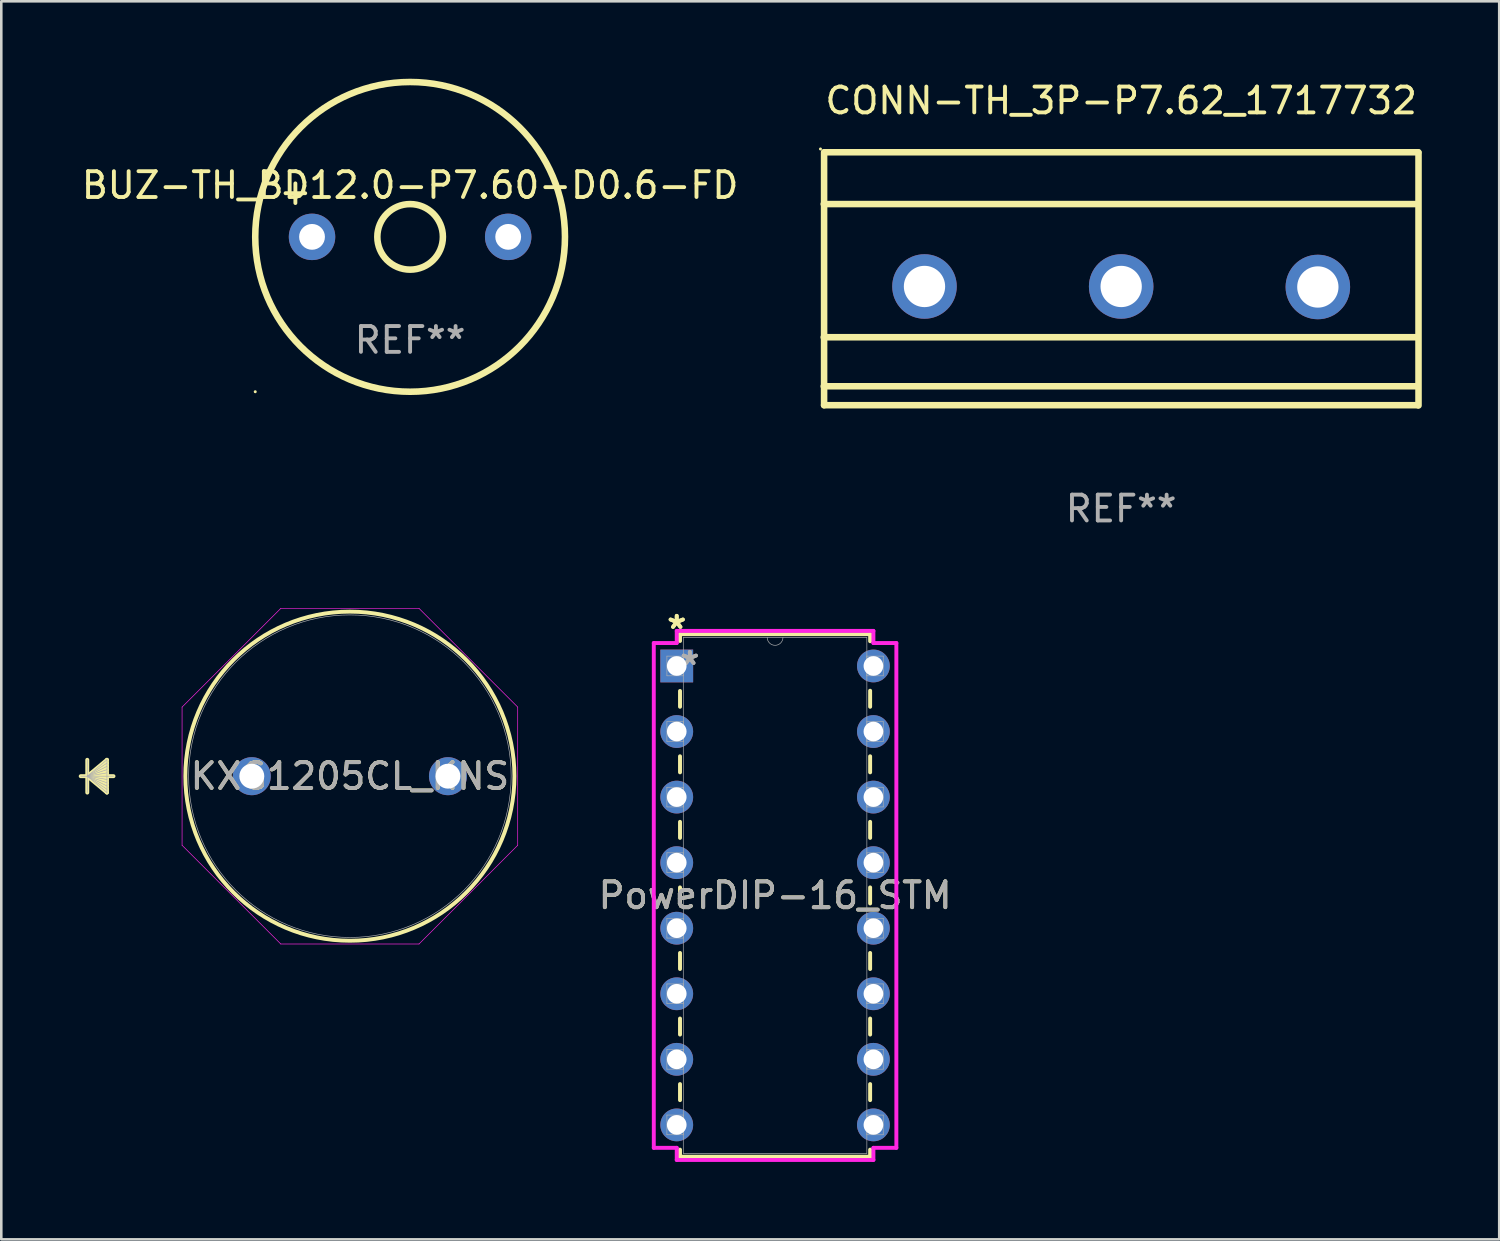
<source format=kicad_pcb>
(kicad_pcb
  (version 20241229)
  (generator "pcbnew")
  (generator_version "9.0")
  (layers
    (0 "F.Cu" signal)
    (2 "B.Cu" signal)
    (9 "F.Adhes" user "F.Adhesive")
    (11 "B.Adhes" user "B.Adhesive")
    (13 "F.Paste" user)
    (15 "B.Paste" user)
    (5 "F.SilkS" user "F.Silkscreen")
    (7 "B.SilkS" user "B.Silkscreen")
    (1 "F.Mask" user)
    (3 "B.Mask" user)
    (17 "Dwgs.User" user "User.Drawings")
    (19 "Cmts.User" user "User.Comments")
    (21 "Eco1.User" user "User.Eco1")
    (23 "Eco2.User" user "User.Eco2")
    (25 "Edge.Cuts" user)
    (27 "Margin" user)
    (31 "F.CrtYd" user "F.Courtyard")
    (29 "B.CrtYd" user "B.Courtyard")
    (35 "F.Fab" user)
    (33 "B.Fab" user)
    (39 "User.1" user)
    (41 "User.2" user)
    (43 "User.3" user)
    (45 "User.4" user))
  (footprint "KXG1205CL_KNS"
    (layer "F.Cu")
    (at 6.706 27.022)
    (property "Reference" "KXG1205CL_KNS" (at 3.8 0 0) (unlocked yes) (layer "F.SilkS") (effects (font (size 1 1) (thickness 0.15))))
    (attr through_hole)
    (fp_line (start -6.375 -0.635) (end -6.375 0.635) (stroke (width 0.152) (type solid)) (layer "F.SilkS"))
    (fp_line (start -6.375 0) (end -5.613 -0.635) (stroke (width 0.152) (type solid)) (layer "F.SilkS"))
    (fp_line (start -6.375 0) (end -5.613 -0.508) (stroke (width 0.152) (type solid)) (layer "F.SilkS"))
    (fp_line (start -6.375 0) (end -5.613 -0.381) (stroke (width 0.152) (type solid)) (layer "F.SilkS"))
    (fp_line (start -6.375 0) (end -5.613 -0.254) (stroke (width 0.152) (type solid)) (layer "F.SilkS"))
    (fp_line (start -6.375 0) (end -5.613 -0.127) (stroke (width 0.152) (type solid)) (layer "F.SilkS"))
    (fp_line (start -6.375 0) (end -5.613 0.127) (stroke (width 0.152) (type solid)) (layer "F.SilkS"))
    (fp_line (start -6.375 0) (end -5.613 0.254) (stroke (width 0.152) (type solid)) (layer "F.SilkS"))
    (fp_line (start -6.375 0) (end -5.613 0.381) (stroke (width 0.152) (type solid)) (layer "F.SilkS"))
    (fp_line (start -6.375 0) (end -5.613 0.508) (stroke (width 0.152) (type solid)) (layer "F.SilkS"))
    (fp_line (start -6.375 0) (end -5.613 0.635) (stroke (width 0.152) (type solid)) (layer "F.SilkS"))
    (fp_line (start -5.613 -0.635) (end -5.613 0.635) (stroke (width 0.152) (type solid)) (layer "F.SilkS"))
    (fp_line (start -5.359 0) (end -6.629 0) (stroke (width 0.152) (type solid)) (layer "F.SilkS"))
    (fp_circle (center 3.8 0) (end 10.175 0) (stroke (width 0.152) (type solid)) (fill no) (layer "F.SilkS"))
    (fp_line (start -2.702 -2.677) (end 1.123 -6.502) (stroke (width 0.025) (type solid)) (layer "F.CrtYd"))
    (fp_line (start -2.702 2.677) (end -2.702 -2.677) (stroke (width 0.025) (type solid)) (layer "F.CrtYd"))
    (fp_line (start 1.123 -6.502) (end 6.477 -6.502) (stroke (width 0.025) (type solid)) (layer "F.CrtYd"))
    (fp_line (start 1.123 6.502) (end -2.702 2.677) (stroke (width 0.025) (type solid)) (layer "F.CrtYd"))
    (fp_line (start 6.477 -6.502) (end 10.302 -2.677) (stroke (width 0.025) (type solid)) (layer "F.CrtYd"))
    (fp_line (start 6.477 6.502) (end 1.123 6.502) (stroke (width 0.025) (type solid)) (layer "F.CrtYd"))
    (fp_line (start 10.302 -2.677) (end 10.302 2.677) (stroke (width 0.025) (type solid)) (layer "F.CrtYd"))
    (fp_line (start 10.302 2.677) (end 6.477 6.502) (stroke (width 0.025) (type solid)) (layer "F.CrtYd"))
    (fp_line (start -6.375 -0.635) (end -6.375 0.635) (stroke (width 0.025) (type solid)) (layer "F.Fab"))
    (fp_line (start -6.375 0) (end -5.613 -0.635) (stroke (width 0.025) (type solid)) (layer "F.Fab"))
    (fp_line (start -6.375 0) (end -5.613 -0.508) (stroke (width 0.025) (type solid)) (layer "F.Fab"))
    (fp_line (start -6.375 0) (end -5.613 -0.381) (stroke (width 0.025) (type solid)) (layer "F.Fab"))
    (fp_line (start -6.375 0) (end -5.613 -0.254) (stroke (width 0.025) (type solid)) (layer "F.Fab"))
    (fp_line (start -6.375 0) (end -5.613 -0.127) (stroke (width 0.025) (type solid)) (layer "F.Fab"))
    (fp_line (start -6.375 0) (end -5.613 0.127) (stroke (width 0.025) (type solid)) (layer "F.Fab"))
    (fp_line (start -6.375 0) (end -5.613 0.254) (stroke (width 0.025) (type solid)) (layer "F.Fab"))
    (fp_line (start -6.375 0) (end -5.613 0.381) (stroke (width 0.025) (type solid)) (layer "F.Fab"))
    (fp_line (start -6.375 0) (end -5.613 0.508) (stroke (width 0.025) (type solid)) (layer "F.Fab"))
    (fp_line (start -6.375 0) (end -5.613 0.635) (stroke (width 0.025) (type solid)) (layer "F.Fab"))
    (fp_line (start -5.613 -0.635) (end -5.613 0.635) (stroke (width 0.025) (type solid)) (layer "F.Fab"))
    (fp_line (start -5.359 0) (end -6.629 0) (stroke (width 0.025) (type solid)) (layer "F.Fab"))
    (fp_circle (center 3.8 0) (end 10.048 0) (stroke (width 0.025) (type solid)) (fill no) (layer "F.Fab"))
    (fp_text user "${REFERENCE}" (at 3.8 0 0) (unlocked yes) (layer "F.Fab") (effects (font (size 1 1) (thickness 0.15))))
    (pad "1" thru_hole circle (at 0 0) (size 1.473 1.473) (drill 0.965) (layers "*.Cu" "*.Mask"))
    (pad "2" thru_hole circle (at 7.6 0) (size 1.473 1.473) (drill 0.965) (layers "*.Cu" "*.Mask")))
  (footprint "CONN-TH_3P-P7.62_1717732"
    (layer "F.Cu")
    (at 40.388 8.059)
    (property "Reference" "CONN-TH_3P-P7.62_1717732" (at -0.001 -7.21 0) (layer "F.SilkS") (effects (font (size 1 1) (thickness 0.15))))
    (attr through_hole)
    (fp_line (start -11.523 -3.203) (end 11.477 -3.203) (stroke (width 0.254) (type solid)) (layer "F.SilkS"))
    (fp_line (start -11.523 1.957) (end 11.477 1.957) (stroke (width 0.254) (type solid)) (layer "F.SilkS"))
    (fp_line (start -11.523 3.857) (end 11.477 3.857) (stroke (width 0.254) (type solid)) (layer "F.SilkS"))
    (fp_line (start -11.51 -5.21) (end -11.51 4.59) (stroke (width 0.254) (type solid)) (layer "F.SilkS"))
    (fp_line (start -11.51 4.59) (end 11.49 4.59) (stroke (width 0.254) (type solid)) (layer "F.SilkS"))
    (fp_line (start -11.49 -5.21) (end 11.51 -5.21) (stroke (width 0.254) (type solid)) (layer "F.SilkS"))
    (fp_line (start 11.52 -5.2) (end 11.52 4.6) (stroke (width 0.254) (type solid)) (layer "F.SilkS"))
    (fp_circle (center -11.65 -5.337) (end -11.62 -5.337) (stroke (width 0.06) (type solid)) (fill no) (layer "F.SilkS"))
    (fp_text user "REF**" (at -0.001 8.6 0) (layer "F.Fab") (effects (font (size 1 1) (thickness 0.15))))
    (pad "1" thru_hole circle (at -7.62 -0.01) (size 2.5 2.5) (drill 1.6) (layers "*.Cu" "*.Mask"))
    (pad "2" thru_hole circle (at 0 -0.01) (size 2.5 2.5) (drill 1.6) (layers "*.Cu" "*.Mask"))
    (pad "3" thru_hole circle (at 7.62 0.01) (size 2.5 2.5) (drill 1.6) (layers "*.Cu" "*.Mask")))
  (footprint "BUZ-TH_BD12.0-P7.60-D0.6-FD"
    (layer "F.Cu")
    (at 12.839 6.127)
    (property "Reference" "BUZ-TH_BD12.0-P7.60-D0.6-FD" (at 0 -2 0) (layer "F.SilkS") (effects (font (size 1 1) (thickness 0.15))))
    (attr through_hole)
    (fp_circle (center -6 6) (end -5.97 6) (stroke (width 0.06) (type solid)) (fill no) (layer "F.SilkS"))
    (fp_circle (center -0.000127 0) (end 1.27 0) (stroke (width 0.254) (type solid)) (fill no) (layer "F.SilkS"))
    (fp_circle (center -0.000127 0) (end 6 0) (stroke (width 0.254) (type solid)) (fill no) (layer "F.SilkS"))
    (fp_text user "+" (at -4.445 -1.765 0) (layer "F.SilkS") (effects (font (size 1 1) (thickness 0.15))))
    (fp_text user "REF**" (at 0 4 0) (layer "F.Fab") (effects (font (size 1 1) (thickness 0.15))))
    (pad "1" thru_hole circle (at -3.8 0) (size 1.8 1.8) (drill 1) (layers "*.Cu" "*.Mask"))
    (pad "2" thru_hole circle (at 3.8 0) (size 1.8 1.8) (drill 1) (layers "*.Cu" "*.Mask")))
  (footprint "PowerDIP-16_STM"
    (layer "F.Cu")
    (at 23.169 22.752)
    (property "Reference" "PowerDIP-16_STM" (at 3.81 8.89 0) (unlocked yes) (layer "F.SilkS") (effects (font (size 1 1) (thickness 0.15))))
    (attr through_hole)
    (fp_line (start 0.127 -1.232) (end 0.127 -0.968) (stroke (width 0.152) (type solid)) (layer "F.SilkS"))
    (fp_line (start 0.127 0.968) (end 0.127 1.581) (stroke (width 0.152) (type solid)) (layer "F.SilkS"))
    (fp_line (start 0.127 3.499) (end 0.127 4.121) (stroke (width 0.152) (type solid)) (layer "F.SilkS"))
    (fp_line (start 0.127 6.039) (end 0.127 6.661) (stroke (width 0.152) (type solid)) (layer "F.SilkS"))
    (fp_line (start 0.127 8.579) (end 0.127 9.201) (stroke (width 0.152) (type solid)) (layer "F.SilkS"))
    (fp_line (start 0.127 11.119) (end 0.127 11.741) (stroke (width 0.152) (type solid)) (layer "F.SilkS"))
    (fp_line (start 0.127 13.659) (end 0.127 14.281) (stroke (width 0.152) (type solid)) (layer "F.SilkS"))
    (fp_line (start 0.127 16.199) (end 0.127 16.821) (stroke (width 0.152) (type solid)) (layer "F.SilkS"))
    (fp_line (start 0.127 18.739) (end 0.127 19.012) (stroke (width 0.152) (type solid)) (layer "F.SilkS"))
    (fp_line (start 0.127 19.012) (end 7.493 19.012) (stroke (width 0.152) (type solid)) (layer "F.SilkS"))
    (fp_line (start 7.493 -1.232) (end 0.127 -1.232) (stroke (width 0.152) (type solid)) (layer "F.SilkS"))
    (fp_line (start 7.493 -0.959) (end 7.493 -1.232) (stroke (width 0.152) (type solid)) (layer "F.SilkS"))
    (fp_line (start 7.493 1.581) (end 7.493 0.959) (stroke (width 0.152) (type solid)) (layer "F.SilkS"))
    (fp_line (start 7.493 4.121) (end 7.493 3.499) (stroke (width 0.152) (type solid)) (layer "F.SilkS"))
    (fp_line (start 7.493 6.661) (end 7.493 6.039) (stroke (width 0.152) (type solid)) (layer "F.SilkS"))
    (fp_line (start 7.493 9.201) (end 7.493 8.579) (stroke (width 0.152) (type solid)) (layer "F.SilkS"))
    (fp_line (start 7.493 11.741) (end 7.493 11.119) (stroke (width 0.152) (type solid)) (layer "F.SilkS"))
    (fp_line (start 7.493 14.281) (end 7.493 13.659) (stroke (width 0.152) (type solid)) (layer "F.SilkS"))
    (fp_line (start 7.493 16.821) (end 7.493 16.199) (stroke (width 0.152) (type solid)) (layer "F.SilkS"))
    (fp_line (start 7.493 19.012) (end 7.493 18.739) (stroke (width 0.152) (type solid)) (layer "F.SilkS"))
    (fp_line (start -0.889 -0.889) (end 0 -0.889) (stroke (width 0.152) (type solid)) (layer "F.CrtYd"))
    (fp_line (start -0.889 18.669) (end -0.889 -0.889) (stroke (width 0.152) (type solid)) (layer "F.CrtYd"))
    (fp_line (start 0 -1.359) (end 7.62 -1.359) (stroke (width 0.152) (type solid)) (layer "F.CrtYd"))
    (fp_line (start 0 -0.889) (end 0 -1.359) (stroke (width 0.152) (type solid)) (layer "F.CrtYd"))
    (fp_line (start 0 18.669) (end -0.889 18.669) (stroke (width 0.152) (type solid)) (layer "F.CrtYd"))
    (fp_line (start 0 19.139) (end 0 18.669) (stroke (width 0.152) (type solid)) (layer "F.CrtYd"))
    (fp_line (start 7.62 -1.359) (end 7.62 -0.889) (stroke (width 0.152) (type solid)) (layer "F.CrtYd"))
    (fp_line (start 7.62 18.669) (end 7.62 19.139) (stroke (width 0.152) (type solid)) (layer "F.CrtYd"))
    (fp_line (start 7.62 19.139) (end 0 19.139) (stroke (width 0.152) (type solid)) (layer "F.CrtYd"))
    (fp_line (start 8.509 -0.889) (end 7.62 -0.889) (stroke (width 0.152) (type solid)) (layer "F.CrtYd"))
    (fp_line (start 8.509 -0.889) (end 8.509 18.669) (stroke (width 0.152) (type solid)) (layer "F.CrtYd"))
    (fp_line (start 8.509 18.669) (end 7.62 18.669) (stroke (width 0.152) (type solid)) (layer "F.CrtYd"))
    (fp_line (start -0.381 -0.381) (end -0.381 0.381) (stroke (width 0.025) (type solid)) (layer "F.Fab"))
    (fp_line (start -0.381 0.381) (end 0.254 0.381) (stroke (width 0.025) (type solid)) (layer "F.Fab"))
    (fp_line (start -0.381 2.159) (end -0.381 2.921) (stroke (width 0.025) (type solid)) (layer "F.Fab"))
    (fp_line (start -0.381 2.921) (end 0.254 2.921) (stroke (width 0.025) (type solid)) (layer "F.Fab"))
    (fp_line (start -0.381 4.699) (end -0.381 5.461) (stroke (width 0.025) (type solid)) (layer "F.Fab"))
    (fp_line (start -0.381 5.461) (end 0.254 5.461) (stroke (width 0.025) (type solid)) (layer "F.Fab"))
    (fp_line (start -0.381 7.239) (end -0.381 8.001) (stroke (width 0.025) (type solid)) (layer "F.Fab"))
    (fp_line (start -0.381 8.001) (end 0.254 8.001) (stroke (width 0.025) (type solid)) (layer "F.Fab"))
    (fp_line (start -0.381 9.779) (end -0.381 10.541) (stroke (width 0.025) (type solid)) (layer "F.Fab"))
    (fp_line (start -0.381 10.541) (end 0.254 10.541) (stroke (width 0.025) (type solid)) (layer "F.Fab"))
    (fp_line (start -0.381 12.319) (end -0.381 13.081) (stroke (width 0.025) (type solid)) (layer "F.Fab"))
    (fp_line (start -0.381 13.081) (end 0.254 13.081) (stroke (width 0.025) (type solid)) (layer "F.Fab"))
    (fp_line (start -0.381 14.859) (end -0.381 15.621) (stroke (width 0.025) (type solid)) (layer "F.Fab"))
    (fp_line (start -0.381 15.621) (end 0.254 15.621) (stroke (width 0.025) (type solid)) (layer "F.Fab"))
    (fp_line (start -0.381 17.399) (end -0.381 18.161) (stroke (width 0.025) (type solid)) (layer "F.Fab"))
    (fp_line (start -0.381 18.161) (end 0.254 18.161) (stroke (width 0.025) (type solid)) (layer "F.Fab"))
    (fp_line (start 0.254 -1.105) (end 0.254 18.885) (stroke (width 0.025) (type solid)) (layer "F.Fab"))
    (fp_line (start 0.254 -0.381) (end -0.381 -0.381) (stroke (width 0.025) (type solid)) (layer "F.Fab"))
    (fp_line (start 0.254 0.381) (end 0.254 -0.381) (stroke (width 0.025) (type solid)) (layer "F.Fab"))
    (fp_line (start 0.254 2.159) (end -0.381 2.159) (stroke (width 0.025) (type solid)) (layer "F.Fab"))
    (fp_line (start 0.254 2.921) (end 0.254 2.159) (stroke (width 0.025) (type solid)) (layer "F.Fab"))
    (fp_line (start 0.254 4.699) (end -0.381 4.699) (stroke (width 0.025) (type solid)) (layer "F.Fab"))
    (fp_line (start 0.254 5.461) (end 0.254 4.699) (stroke (width 0.025) (type solid)) (layer "F.Fab"))
    (fp_line (start 0.254 7.239) (end -0.381 7.239) (stroke (width 0.025) (type solid)) (layer "F.Fab"))
    (fp_line (start 0.254 8.001) (end 0.254 7.239) (stroke (width 0.025) (type solid)) (layer "F.Fab"))
    (fp_line (start 0.254 9.779) (end -0.381 9.779) (stroke (width 0.025) (type solid)) (layer "F.Fab"))
    (fp_line (start 0.254 10.541) (end 0.254 9.779) (stroke (width 0.025) (type solid)) (layer "F.Fab"))
    (fp_line (start 0.254 12.319) (end -0.381 12.319) (stroke (width 0.025) (type solid)) (layer "F.Fab"))
    (fp_line (start 0.254 13.081) (end 0.254 12.319) (stroke (width 0.025) (type solid)) (layer "F.Fab"))
    (fp_line (start 0.254 14.859) (end -0.381 14.859) (stroke (width 0.025) (type solid)) (layer "F.Fab"))
    (fp_line (start 0.254 15.621) (end 0.254 14.859) (stroke (width 0.025) (type solid)) (layer "F.Fab"))
    (fp_line (start 0.254 17.399) (end -0.381 17.399) (stroke (width 0.025) (type solid)) (layer "F.Fab"))
    (fp_line (start 0.254 18.161) (end 0.254 17.399) (stroke (width 0.025) (type solid)) (layer "F.Fab"))
    (fp_line (start 0.254 18.885) (end 7.366 18.885) (stroke (width 0.025) (type solid)) (layer "F.Fab"))
    (fp_line (start 7.366 -1.105) (end 0.254 -1.105) (stroke (width 0.025) (type solid)) (layer "F.Fab"))
    (fp_line (start 7.366 -0.381) (end 7.366 0.381) (stroke (width 0.025) (type solid)) (layer "F.Fab"))
    (fp_line (start 7.366 0.381) (end 8.001 0.381) (stroke (width 0.025) (type solid)) (layer "F.Fab"))
    (fp_line (start 7.366 2.159) (end 7.366 2.921) (stroke (width 0.025) (type solid)) (layer "F.Fab"))
    (fp_line (start 7.366 2.921) (end 8.001 2.921) (stroke (width 0.025) (type solid)) (layer "F.Fab"))
    (fp_line (start 7.366 4.699) (end 7.366 5.461) (stroke (width 0.025) (type solid)) (layer "F.Fab"))
    (fp_line (start 7.366 5.461) (end 8.001 5.461) (stroke (width 0.025) (type solid)) (layer "F.Fab"))
    (fp_line (start 7.366 7.239) (end 7.366 8.001) (stroke (width 0.025) (type solid)) (layer "F.Fab"))
    (fp_line (start 7.366 8.001) (end 8.001 8.001) (stroke (width 0.025) (type solid)) (layer "F.Fab"))
    (fp_line (start 7.366 9.779) (end 7.366 10.541) (stroke (width 0.025) (type solid)) (layer "F.Fab"))
    (fp_line (start 7.366 10.541) (end 8.001 10.541) (stroke (width 0.025) (type solid)) (layer "F.Fab"))
    (fp_line (start 7.366 12.319) (end 7.366 13.081) (stroke (width 0.025) (type solid)) (layer "F.Fab"))
    (fp_line (start 7.366 13.081) (end 8.001 13.081) (stroke (width 0.025) (type solid)) (layer "F.Fab"))
    (fp_line (start 7.366 14.859) (end 7.366 15.621) (stroke (width 0.025) (type solid)) (layer "F.Fab"))
    (fp_line (start 7.366 15.621) (end 8.001 15.621) (stroke (width 0.025) (type solid)) (layer "F.Fab"))
    (fp_line (start 7.366 17.399) (end 7.366 18.161) (stroke (width 0.025) (type solid)) (layer "F.Fab"))
    (fp_line (start 7.366 18.161) (end 8.001 18.161) (stroke (width 0.025) (type solid)) (layer "F.Fab"))
    (fp_line (start 7.366 18.885) (end 7.366 -1.105) (stroke (width 0.025) (type solid)) (layer "F.Fab"))
    (fp_line (start 8.001 -0.381) (end 7.366 -0.381) (stroke (width 0.025) (type solid)) (layer "F.Fab"))
    (fp_line (start 8.001 0.381) (end 8.001 -0.381) (stroke (width 0.025) (type solid)) (layer "F.Fab"))
    (fp_line (start 8.001 2.159) (end 7.366 2.159) (stroke (width 0.025) (type solid)) (layer "F.Fab"))
    (fp_line (start 8.001 2.921) (end 8.001 2.159) (stroke (width 0.025) (type solid)) (layer "F.Fab"))
    (fp_line (start 8.001 4.699) (end 7.366 4.699) (stroke (width 0.025) (type solid)) (layer "F.Fab"))
    (fp_line (start 8.001 5.461) (end 8.001 4.699) (stroke (width 0.025) (type solid)) (layer "F.Fab"))
    (fp_line (start 8.001 7.239) (end 7.366 7.239) (stroke (width 0.025) (type solid)) (layer "F.Fab"))
    (fp_line (start 8.001 8.001) (end 8.001 7.239) (stroke (width 0.025) (type solid)) (layer "F.Fab"))
    (fp_line (start 8.001 9.779) (end 7.366 9.779) (stroke (width 0.025) (type solid)) (layer "F.Fab"))
    (fp_line (start 8.001 10.541) (end 8.001 9.779) (stroke (width 0.025) (type solid)) (layer "F.Fab"))
    (fp_line (start 8.001 12.319) (end 7.366 12.319) (stroke (width 0.025) (type solid)) (layer "F.Fab"))
    (fp_line (start 8.001 13.081) (end 8.001 12.319) (stroke (width 0.025) (type solid)) (layer "F.Fab"))
    (fp_line (start 8.001 14.859) (end 7.366 14.859) (stroke (width 0.025) (type solid)) (layer "F.Fab"))
    (fp_line (start 8.001 15.621) (end 8.001 14.859) (stroke (width 0.025) (type solid)) (layer "F.Fab"))
    (fp_line (start 8.001 17.399) (end 7.366 17.399) (stroke (width 0.025) (type solid)) (layer "F.Fab"))
    (fp_line (start 8.001 18.161) (end 8.001 17.399) (stroke (width 0.025) (type solid)) (layer "F.Fab"))
    (fp_arc (start 4.1148 -1.1049) (mid 3.81 -0.8001) (end 3.5052 -1.1049) (stroke (width 0.0254) (type solid)) (layer "F.Fab"))
    (fp_text user "*" (at 0 -1.397 0) (unlocked yes) (layer "F.SilkS") (effects (font (size 1 1) (thickness 0.15))))
    (fp_text user "*" (at 0 -1.397 0) (layer "F.SilkS") (effects (font (size 1 1) (thickness 0.15))))
    (fp_text user "*" (at 0.508 0 0) (unlocked yes) (layer "F.Fab") (effects (font (size 1 1) (thickness 0.15))))
    (fp_text user "${REFERENCE}" (at 3.81 8.89 0) (unlocked yes) (layer "F.Fab") (effects (font (size 1 1) (thickness 0.15))))
    (fp_text user "*" (at 0.508 0 0) (layer "F.Fab") (effects (font (size 1 1) (thickness 0.15))))
    (pad "1" thru_hole rect (at 0 0) (size 1.27 1.27) (drill 0.762) (layers "*.Cu" "*.Mask"))
    (pad "2" thru_hole circle (at 0 2.54) (size 1.27 1.27) (drill 0.762) (layers "*.Cu" "*.Mask"))
    (pad "3" thru_hole circle (at 0 5.08) (size 1.27 1.27) (drill 0.762) (layers "*.Cu" "*.Mask"))
    (pad "4" thru_hole circle (at 0 7.62) (size 1.27 1.27) (drill 0.762) (layers "*.Cu" "*.Mask"))
    (pad "5" thru_hole circle (at 0 10.16) (size 1.27 1.27) (drill 0.762) (layers "*.Cu" "*.Mask"))
    (pad "6" thru_hole circle (at 0 12.7) (size 1.27 1.27) (drill 0.762) (layers "*.Cu" "*.Mask"))
    (pad "7" thru_hole circle (at 0 15.24) (size 1.27 1.27) (drill 0.762) (layers "*.Cu" "*.Mask"))
    (pad "8" thru_hole circle (at 0 17.78) (size 1.27 1.27) (drill 0.762) (layers "*.Cu" "*.Mask"))
    (pad "9" thru_hole circle (at 7.62 17.78) (size 1.27 1.27) (drill 0.762) (layers "*.Cu" "*.Mask"))
    (pad "10" thru_hole circle (at 7.62 15.24) (size 1.27 1.27) (drill 0.762) (layers "*.Cu" "*.Mask"))
    (pad "11" thru_hole circle (at 7.62 12.7) (size 1.27 1.27) (drill 0.762) (layers "*.Cu" "*.Mask"))
    (pad "12" thru_hole circle (at 7.62 10.16) (size 1.27 1.27) (drill 0.762) (layers "*.Cu" "*.Mask"))
    (pad "13" thru_hole circle (at 7.62 7.62) (size 1.27 1.27) (drill 0.762) (layers "*.Cu" "*.Mask"))
    (pad "14" thru_hole circle (at 7.62 5.08) (size 1.27 1.27) (drill 0.762) (layers "*.Cu" "*.Mask"))
    (pad "15" thru_hole circle (at 7.62 2.54) (size 1.27 1.27) (drill 0.762) (layers "*.Cu" "*.Mask"))
    (pad "16" thru_hole circle (at 7.62 0) (size 1.27 1.27) (drill 0.762) (layers "*.Cu" "*.Mask")))
  (gr_rect
    (start -3 -3)
    (end 55.035 44.967)
    (stroke (width 0.1) (type default))
    (fill no)
    (layer "Edge.Cuts")))
</source>
